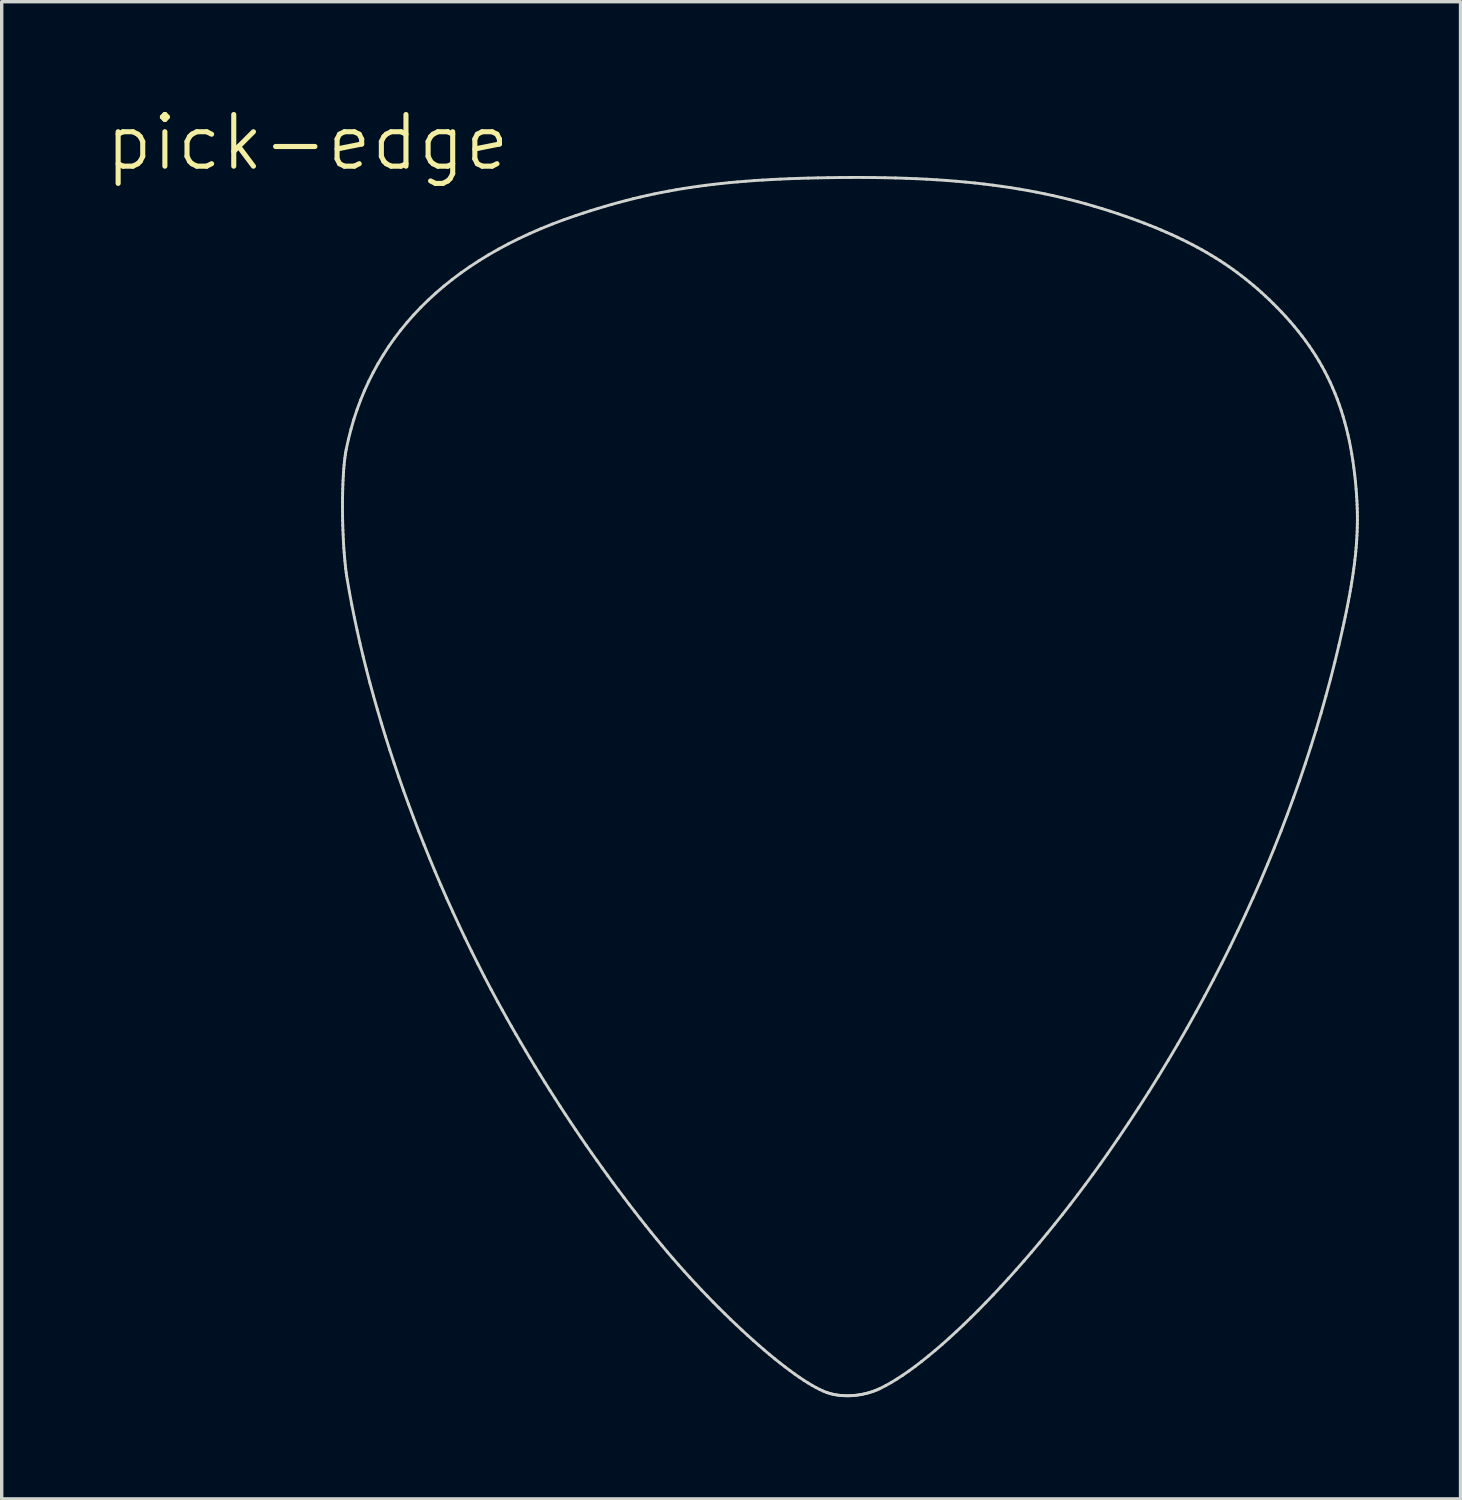
<source format=kicad_pcb>
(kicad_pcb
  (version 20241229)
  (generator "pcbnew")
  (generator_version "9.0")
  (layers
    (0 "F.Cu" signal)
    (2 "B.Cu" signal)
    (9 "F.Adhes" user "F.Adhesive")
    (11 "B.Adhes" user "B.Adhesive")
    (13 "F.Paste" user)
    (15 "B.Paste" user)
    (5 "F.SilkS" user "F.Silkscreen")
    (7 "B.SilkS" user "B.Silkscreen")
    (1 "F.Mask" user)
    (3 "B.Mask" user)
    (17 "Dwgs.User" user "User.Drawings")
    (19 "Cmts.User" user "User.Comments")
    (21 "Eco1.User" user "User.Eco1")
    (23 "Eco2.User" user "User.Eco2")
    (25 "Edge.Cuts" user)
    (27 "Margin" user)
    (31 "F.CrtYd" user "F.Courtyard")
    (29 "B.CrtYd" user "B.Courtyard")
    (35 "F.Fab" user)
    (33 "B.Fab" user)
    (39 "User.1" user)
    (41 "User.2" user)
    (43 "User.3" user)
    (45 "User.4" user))
  (footprint "pick-edge"
    (layer "F.Cu")
    (at 6.023 1.155)
    (property "Reference" "pick-edge" (at 0 0 0) (layer "F.SilkS") (effects (font (size 1.524 1.524) (thickness 0.15))))
    (attr through_hole)
    (fp_line (start 1.031 10.746) (end 1.031 10.611) (stroke (width 0.085) (type solid)) (layer "Edge.Cuts"))
    (fp_line (start 1.031 10.611) (end 1.032 10.477) (stroke (width 0.085) (type solid)) (layer "Edge.Cuts"))
    (fp_line (start 1.031 10.883) (end 1.031 10.746) (stroke (width 0.085) (type solid)) (layer "Edge.Cuts"))
    (fp_line (start 1.032 10.477) (end 1.035 10.345) (stroke (width 0.085) (type solid)) (layer "Edge.Cuts"))
    (fp_line (start 1.033 11.02) (end 1.031 10.883) (stroke (width 0.085) (type solid)) (layer "Edge.Cuts"))
    (fp_line (start 1.035 10.345) (end 1.038 10.216) (stroke (width 0.085) (type solid)) (layer "Edge.Cuts"))
    (fp_line (start 1.035 11.157) (end 1.033 11.02) (stroke (width 0.085) (type solid)) (layer "Edge.Cuts"))
    (fp_line (start 1.038 10.216) (end 1.042 10.089) (stroke (width 0.085) (type solid)) (layer "Edge.Cuts"))
    (fp_line (start 1.039 11.294) (end 1.035 11.157) (stroke (width 0.085) (type solid)) (layer "Edge.Cuts"))
    (fp_line (start 1.042 10.089) (end 1.047 9.965) (stroke (width 0.085) (type solid)) (layer "Edge.Cuts"))
    (fp_line (start 1.043 11.431) (end 1.039 11.294) (stroke (width 0.085) (type solid)) (layer "Edge.Cuts"))
    (fp_line (start 1.047 9.965) (end 1.054 9.845) (stroke (width 0.085) (type solid)) (layer "Edge.Cuts"))
    (fp_line (start 1.049 11.567) (end 1.043 11.431) (stroke (width 0.085) (type solid)) (layer "Edge.Cuts"))
    (fp_line (start 1.054 9.845) (end 1.061 9.729) (stroke (width 0.085) (type solid)) (layer "Edge.Cuts"))
    (fp_line (start 1.055 11.702) (end 1.049 11.567) (stroke (width 0.085) (type solid)) (layer "Edge.Cuts"))
    (fp_line (start 1.061 9.729) (end 1.069 9.617) (stroke (width 0.085) (type solid)) (layer "Edge.Cuts"))
    (fp_line (start 1.062 11.834) (end 1.055 11.702) (stroke (width 0.085) (type solid)) (layer "Edge.Cuts"))
    (fp_line (start 1.069 9.617) (end 1.078 9.51) (stroke (width 0.085) (type solid)) (layer "Edge.Cuts"))
    (fp_line (start 1.07 11.965) (end 1.062 11.834) (stroke (width 0.085) (type solid)) (layer "Edge.Cuts"))
    (fp_line (start 1.078 9.51) (end 1.088 9.408) (stroke (width 0.085) (type solid)) (layer "Edge.Cuts"))
    (fp_line (start 1.08 12.093) (end 1.07 11.965) (stroke (width 0.085) (type solid)) (layer "Edge.Cuts"))
    (fp_line (start 1.088 9.408) (end 1.1 9.312) (stroke (width 0.085) (type solid)) (layer "Edge.Cuts"))
    (fp_line (start 1.09 12.218) (end 1.08 12.093) (stroke (width 0.085) (type solid)) (layer "Edge.Cuts"))
    (fp_line (start 1.1 9.312) (end 1.112 9.221) (stroke (width 0.085) (type solid)) (layer "Edge.Cuts"))
    (fp_line (start 1.101 12.34) (end 1.09 12.218) (stroke (width 0.085) (type solid)) (layer "Edge.Cuts"))
    (fp_line (start 1.112 9.221) (end 1.125 9.137) (stroke (width 0.085) (type solid)) (layer "Edge.Cuts"))
    (fp_line (start 1.113 12.458) (end 1.101 12.34) (stroke (width 0.085) (type solid)) (layer "Edge.Cuts"))
    (fp_line (start 1.125 9.137) (end 1.139 9.06) (stroke (width 0.085) (type solid)) (layer "Edge.Cuts"))
    (fp_line (start 1.125 12.572) (end 1.113 12.458) (stroke (width 0.085) (type solid)) (layer "Edge.Cuts"))
    (fp_line (start 1.139 9.06) (end 1.205 8.756) (stroke (width 0.085) (type solid)) (layer "Edge.Cuts"))
    (fp_line (start 1.139 12.682) (end 1.125 12.572) (stroke (width 0.085) (type solid)) (layer "Edge.Cuts"))
    (fp_line (start 1.154 12.786) (end 1.139 12.682) (stroke (width 0.085) (type solid)) (layer "Edge.Cuts"))
    (fp_line (start 1.17 12.886) (end 1.154 12.786) (stroke (width 0.085) (type solid)) (layer "Edge.Cuts"))
    (fp_line (start 1.205 8.756) (end 1.281 8.457) (stroke (width 0.085) (type solid)) (layer "Edge.Cuts"))
    (fp_line (start 1.234 13.256) (end 1.17 12.886) (stroke (width 0.085) (type solid)) (layer "Edge.Cuts"))
    (fp_line (start 1.281 8.457) (end 1.366 8.164) (stroke (width 0.085) (type solid)) (layer "Edge.Cuts"))
    (fp_line (start 1.304 13.629) (end 1.234 13.256) (stroke (width 0.085) (type solid)) (layer "Edge.Cuts"))
    (fp_line (start 1.366 8.164) (end 1.461 7.876) (stroke (width 0.085) (type solid)) (layer "Edge.Cuts"))
    (fp_line (start 1.38 14.007) (end 1.304 13.629) (stroke (width 0.085) (type solid)) (layer "Edge.Cuts"))
    (fp_line (start 1.461 14.387) (end 1.38 14.007) (stroke (width 0.085) (type solid)) (layer "Edge.Cuts"))
    (fp_line (start 1.461 7.876) (end 1.566 7.594) (stroke (width 0.085) (type solid)) (layer "Edge.Cuts"))
    (fp_line (start 1.547 14.771) (end 1.461 14.387) (stroke (width 0.085) (type solid)) (layer "Edge.Cuts"))
    (fp_line (start 1.566 7.594) (end 1.68 7.317) (stroke (width 0.085) (type solid)) (layer "Edge.Cuts"))
    (fp_line (start 1.639 15.157) (end 1.547 14.771) (stroke (width 0.085) (type solid)) (layer "Edge.Cuts"))
    (fp_line (start 1.68 7.317) (end 1.804 7.046) (stroke (width 0.085) (type solid)) (layer "Edge.Cuts"))
    (fp_line (start 1.736 15.545) (end 1.639 15.157) (stroke (width 0.085) (type solid)) (layer "Edge.Cuts"))
    (fp_line (start 1.804 7.046) (end 1.938 6.78) (stroke (width 0.085) (type solid)) (layer "Edge.Cuts"))
    (fp_line (start 1.838 15.936) (end 1.736 15.545) (stroke (width 0.085) (type solid)) (layer "Edge.Cuts"))
    (fp_line (start 1.938 6.78) (end 2.08 6.52) (stroke (width 0.085) (type solid)) (layer "Edge.Cuts"))
    (fp_line (start 1.946 16.329) (end 1.838 15.936) (stroke (width 0.085) (type solid)) (layer "Edge.Cuts"))
    (fp_line (start 2.058 16.723) (end 1.946 16.329) (stroke (width 0.085) (type solid)) (layer "Edge.Cuts"))
    (fp_line (start 2.08 6.52) (end 2.233 6.266) (stroke (width 0.085) (type solid)) (layer "Edge.Cuts"))
    (fp_line (start 2.175 17.119) (end 2.058 16.723) (stroke (width 0.085) (type solid)) (layer "Edge.Cuts"))
    (fp_line (start 2.233 6.266) (end 2.394 6.017) (stroke (width 0.085) (type solid)) (layer "Edge.Cuts"))
    (fp_line (start 2.297 17.517) (end 2.175 17.119) (stroke (width 0.085) (type solid)) (layer "Edge.Cuts"))
    (fp_line (start 2.394 6.017) (end 2.565 5.774) (stroke (width 0.085) (type solid)) (layer "Edge.Cuts"))
    (fp_line (start 2.424 17.915) (end 2.297 17.517) (stroke (width 0.085) (type solid)) (layer "Edge.Cuts"))
    (fp_line (start 2.555 18.314) (end 2.424 17.915) (stroke (width 0.085) (type solid)) (layer "Edge.Cuts"))
    (fp_line (start 2.565 5.774) (end 2.746 5.536) (stroke (width 0.085) (type solid)) (layer "Edge.Cuts"))
    (fp_line (start 2.691 18.714) (end 2.555 18.314) (stroke (width 0.085) (type solid)) (layer "Edge.Cuts"))
    (fp_line (start 2.746 5.536) (end 2.936 5.305) (stroke (width 0.085) (type solid)) (layer "Edge.Cuts"))
    (fp_line (start 2.831 19.114) (end 2.691 18.714) (stroke (width 0.085) (type solid)) (layer "Edge.Cuts"))
    (fp_line (start 2.936 5.305) (end 3.135 5.079) (stroke (width 0.085) (type solid)) (layer "Edge.Cuts"))
    (fp_line (start 2.976 19.514) (end 2.831 19.114) (stroke (width 0.085) (type solid)) (layer "Edge.Cuts"))
    (fp_line (start 3.125 19.913) (end 2.976 19.514) (stroke (width 0.085) (type solid)) (layer "Edge.Cuts"))
    (fp_line (start 3.135 5.079) (end 3.343 4.859) (stroke (width 0.085) (type solid)) (layer "Edge.Cuts"))
    (fp_line (start 3.278 20.313) (end 3.125 19.913) (stroke (width 0.085) (type solid)) (layer "Edge.Cuts"))
    (fp_line (start 3.343 4.859) (end 3.561 4.645) (stroke (width 0.085) (type solid)) (layer "Edge.Cuts"))
    (fp_line (start 3.436 20.711) (end 3.278 20.313) (stroke (width 0.085) (type solid)) (layer "Edge.Cuts"))
    (fp_line (start 3.561 4.645) (end 3.788 4.436) (stroke (width 0.085) (type solid)) (layer "Edge.Cuts"))
    (fp_line (start 3.597 21.109) (end 3.436 20.711) (stroke (width 0.085) (type solid)) (layer "Edge.Cuts"))
    (fp_line (start 3.762 21.506) (end 3.597 21.109) (stroke (width 0.085) (type solid)) (layer "Edge.Cuts"))
    (fp_line (start 3.788 4.436) (end 4.024 4.234) (stroke (width 0.085) (type solid)) (layer "Edge.Cuts"))
    (fp_line (start 3.931 21.901) (end 3.762 21.506) (stroke (width 0.085) (type solid)) (layer "Edge.Cuts"))
    (fp_line (start 4.024 4.234) (end 4.27 4.037) (stroke (width 0.085) (type solid)) (layer "Edge.Cuts"))
    (fp_line (start 4.104 22.294) (end 3.931 21.901) (stroke (width 0.085) (type solid)) (layer "Edge.Cuts"))
    (fp_line (start 4.27 4.037) (end 4.524 3.847) (stroke (width 0.085) (type solid)) (layer "Edge.Cuts"))
    (fp_line (start 4.281 22.686) (end 4.104 22.294) (stroke (width 0.085) (type solid)) (layer "Edge.Cuts"))
    (fp_line (start 4.461 23.076) (end 4.281 22.686) (stroke (width 0.085) (type solid)) (layer "Edge.Cuts"))
    (fp_line (start 4.524 3.847) (end 4.788 3.662) (stroke (width 0.085) (type solid)) (layer "Edge.Cuts"))
    (fp_line (start 4.645 23.463) (end 4.461 23.076) (stroke (width 0.085) (type solid)) (layer "Edge.Cuts"))
    (fp_line (start 4.788 3.662) (end 5.061 3.484) (stroke (width 0.085) (type solid)) (layer "Edge.Cuts"))
    (fp_line (start 4.832 23.847) (end 4.645 23.463) (stroke (width 0.085) (type solid)) (layer "Edge.Cuts"))
    (fp_line (start 5.023 24.229) (end 4.832 23.847) (stroke (width 0.085) (type solid)) (layer "Edge.Cuts"))
    (fp_line (start 5.061 3.484) (end 5.342 3.311) (stroke (width 0.085) (type solid)) (layer "Edge.Cuts"))
    (fp_line (start 5.216 24.608) (end 5.023 24.229) (stroke (width 0.085) (type solid)) (layer "Edge.Cuts"))
    (fp_line (start 5.342 3.311) (end 5.633 3.145) (stroke (width 0.085) (type solid)) (layer "Edge.Cuts"))
    (fp_line (start 5.413 24.983) (end 5.216 24.608) (stroke (width 0.085) (type solid)) (layer "Edge.Cuts"))
    (fp_line (start 5.613 25.355) (end 5.413 24.983) (stroke (width 0.085) (type solid)) (layer "Edge.Cuts"))
    (fp_line (start 5.633 3.145) (end 5.933 2.984) (stroke (width 0.085) (type solid)) (layer "Edge.Cuts"))
    (fp_line (start 5.744 25.592) (end 5.613 25.355) (stroke (width 0.085) (type solid)) (layer "Edge.Cuts"))
    (fp_line (start 5.876 25.829) (end 5.744 25.592) (stroke (width 0.085) (type solid)) (layer "Edge.Cuts"))
    (fp_line (start 5.933 2.984) (end 6.242 2.83) (stroke (width 0.085) (type solid)) (layer "Edge.Cuts"))
    (fp_line (start 6.01 26.067) (end 5.876 25.829) (stroke (width 0.085) (type solid)) (layer "Edge.Cuts"))
    (fp_line (start 6.147 26.305) (end 6.01 26.067) (stroke (width 0.085) (type solid)) (layer "Edge.Cuts"))
    (fp_line (start 6.242 2.83) (end 6.56 2.682) (stroke (width 0.085) (type solid)) (layer "Edge.Cuts"))
    (fp_line (start 6.285 26.542) (end 6.147 26.305) (stroke (width 0.085) (type solid)) (layer "Edge.Cuts"))
    (fp_line (start 6.425 26.78) (end 6.285 26.542) (stroke (width 0.085) (type solid)) (layer "Edge.Cuts"))
    (fp_line (start 6.56 2.682) (end 6.886 2.54) (stroke (width 0.085) (type solid)) (layer "Edge.Cuts"))
    (fp_line (start 6.567 27.018) (end 6.425 26.78) (stroke (width 0.085) (type solid)) (layer "Edge.Cuts"))
    (fp_line (start 6.71 27.255) (end 6.567 27.018) (stroke (width 0.085) (type solid)) (layer "Edge.Cuts"))
    (fp_line (start 6.856 27.491) (end 6.71 27.255) (stroke (width 0.085) (type solid)) (layer "Edge.Cuts"))
    (fp_line (start 6.886 2.54) (end 7.222 2.404) (stroke (width 0.085) (type solid)) (layer "Edge.Cuts"))
    (fp_line (start 7.002 27.727) (end 6.856 27.491) (stroke (width 0.085) (type solid)) (layer "Edge.Cuts"))
    (fp_line (start 7.15 27.962) (end 7.002 27.727) (stroke (width 0.085) (type solid)) (layer "Edge.Cuts"))
    (fp_line (start 7.222 2.404) (end 7.567 2.275) (stroke (width 0.085) (type solid)) (layer "Edge.Cuts"))
    (fp_line (start 7.3 28.197) (end 7.15 27.962) (stroke (width 0.085) (type solid)) (layer "Edge.Cuts"))
    (fp_line (start 7.45 28.43) (end 7.3 28.197) (stroke (width 0.085) (type solid)) (layer "Edge.Cuts"))
    (fp_line (start 7.567 2.275) (end 7.92 2.152) (stroke (width 0.085) (type solid)) (layer "Edge.Cuts"))
    (fp_line (start 7.602 28.663) (end 7.45 28.43) (stroke (width 0.085) (type solid)) (layer "Edge.Cuts"))
    (fp_line (start 7.755 28.894) (end 7.602 28.663) (stroke (width 0.085) (type solid)) (layer "Edge.Cuts"))
    (fp_line (start 7.909 29.124) (end 7.755 28.894) (stroke (width 0.085) (type solid)) (layer "Edge.Cuts"))
    (fp_line (start 7.92 2.152) (end 8.135 2.081) (stroke (width 0.085) (type solid)) (layer "Edge.Cuts"))
    (fp_line (start 8.064 29.353) (end 7.909 29.124) (stroke (width 0.085) (type solid)) (layer "Edge.Cuts"))
    (fp_line (start 8.135 2.081) (end 8.348 2.012) (stroke (width 0.085) (type solid)) (layer "Edge.Cuts"))
    (fp_line (start 8.22 29.58) (end 8.064 29.353) (stroke (width 0.085) (type solid)) (layer "Edge.Cuts"))
    (fp_line (start 8.348 2.012) (end 8.56 1.947) (stroke (width 0.085) (type solid)) (layer "Edge.Cuts"))
    (fp_line (start 8.377 29.806) (end 8.22 29.58) (stroke (width 0.085) (type solid)) (layer "Edge.Cuts"))
    (fp_line (start 8.535 30.029) (end 8.377 29.806) (stroke (width 0.085) (type solid)) (layer "Edge.Cuts"))
    (fp_line (start 8.56 1.947) (end 8.77 1.884) (stroke (width 0.085) (type solid)) (layer "Edge.Cuts"))
    (fp_line (start 8.693 30.251) (end 8.535 30.029) (stroke (width 0.085) (type solid)) (layer "Edge.Cuts"))
    (fp_line (start 8.77 1.884) (end 8.979 1.823) (stroke (width 0.085) (type solid)) (layer "Edge.Cuts"))
    (fp_line (start 8.852 30.471) (end 8.693 30.251) (stroke (width 0.085) (type solid)) (layer "Edge.Cuts"))
    (fp_line (start 8.979 1.823) (end 9.188 1.766) (stroke (width 0.085) (type solid)) (layer "Edge.Cuts"))
    (fp_line (start 9.011 30.689) (end 8.852 30.471) (stroke (width 0.085) (type solid)) (layer "Edge.Cuts"))
    (fp_line (start 9.171 30.905) (end 9.011 30.689) (stroke (width 0.085) (type solid)) (layer "Edge.Cuts"))
    (fp_line (start 9.188 1.766) (end 9.397 1.711) (stroke (width 0.085) (type solid)) (layer "Edge.Cuts"))
    (fp_line (start 9.331 31.119) (end 9.171 30.905) (stroke (width 0.085) (type solid)) (layer "Edge.Cuts"))
    (fp_line (start 9.397 1.711) (end 9.605 1.658) (stroke (width 0.085) (type solid)) (layer "Edge.Cuts"))
    (fp_line (start 9.491 31.33) (end 9.331 31.119) (stroke (width 0.085) (type solid)) (layer "Edge.Cuts"))
    (fp_line (start 9.605 1.658) (end 9.814 1.608) (stroke (width 0.085) (type solid)) (layer "Edge.Cuts"))
    (fp_line (start 9.652 31.538) (end 9.491 31.33) (stroke (width 0.085) (type solid)) (layer "Edge.Cuts"))
    (fp_line (start 9.812 31.744) (end 9.652 31.538) (stroke (width 0.085) (type solid)) (layer "Edge.Cuts"))
    (fp_line (start 9.814 1.608) (end 10.023 1.56) (stroke (width 0.085) (type solid)) (layer "Edge.Cuts"))
    (fp_line (start 9.973 31.947) (end 9.812 31.744) (stroke (width 0.085) (type solid)) (layer "Edge.Cuts"))
    (fp_line (start 10.023 1.56) (end 10.233 1.515) (stroke (width 0.085) (type solid)) (layer "Edge.Cuts"))
    (fp_line (start 10.134 32.148) (end 9.973 31.947) (stroke (width 0.085) (type solid)) (layer "Edge.Cuts"))
    (fp_line (start 10.233 1.515) (end 10.444 1.472) (stroke (width 0.085) (type solid)) (layer "Edge.Cuts"))
    (fp_line (start 10.295 32.345) (end 10.134 32.148) (stroke (width 0.085) (type solid)) (layer "Edge.Cuts"))
    (fp_line (start 10.444 1.472) (end 10.656 1.432) (stroke (width 0.085) (type solid)) (layer "Edge.Cuts"))
    (fp_line (start 10.455 32.539) (end 10.295 32.345) (stroke (width 0.085) (type solid)) (layer "Edge.Cuts"))
    (fp_line (start 10.616 32.731) (end 10.455 32.539) (stroke (width 0.085) (type solid)) (layer "Edge.Cuts"))
    (fp_line (start 10.656 1.432) (end 10.87 1.393) (stroke (width 0.085) (type solid)) (layer "Edge.Cuts"))
    (fp_line (start 10.78 32.922) (end 10.616 32.731) (stroke (width 0.085) (type solid)) (layer "Edge.Cuts"))
    (fp_line (start 10.87 1.393) (end 11.086 1.357) (stroke (width 0.085) (type solid)) (layer "Edge.Cuts"))
    (fp_line (start 10.946 33.112) (end 10.78 32.922) (stroke (width 0.085) (type solid)) (layer "Edge.Cuts"))
    (fp_line (start 11.086 1.357) (end 11.305 1.323) (stroke (width 0.085) (type solid)) (layer "Edge.Cuts"))
    (fp_line (start 11.113 33.3) (end 10.946 33.112) (stroke (width 0.085) (type solid)) (layer "Edge.Cuts"))
    (fp_line (start 11.282 33.486) (end 11.113 33.3) (stroke (width 0.085) (type solid)) (layer "Edge.Cuts"))
    (fp_line (start 11.305 1.323) (end 11.526 1.291) (stroke (width 0.085) (type solid)) (layer "Edge.Cuts"))
    (fp_line (start 11.452 33.67) (end 11.282 33.486) (stroke (width 0.085) (type solid)) (layer "Edge.Cuts"))
    (fp_line (start 11.526 1.291) (end 11.75 1.261) (stroke (width 0.085) (type solid)) (layer "Edge.Cuts"))
    (fp_line (start 11.623 33.852) (end 11.452 33.67) (stroke (width 0.085) (type solid)) (layer "Edge.Cuts"))
    (fp_line (start 11.75 1.261) (end 11.977 1.233) (stroke (width 0.085) (type solid)) (layer "Edge.Cuts"))
    (fp_line (start 11.794 34.031) (end 11.623 33.852) (stroke (width 0.085) (type solid)) (layer "Edge.Cuts"))
    (fp_line (start 11.965 34.207) (end 11.794 34.031) (stroke (width 0.085) (type solid)) (layer "Edge.Cuts"))
    (fp_line (start 11.977 1.233) (end 12.207 1.208) (stroke (width 0.085) (type solid)) (layer "Edge.Cuts"))
    (fp_line (start 12.137 34.38) (end 11.965 34.207) (stroke (width 0.085) (type solid)) (layer "Edge.Cuts"))
    (fp_line (start 12.207 1.208) (end 12.441 1.184) (stroke (width 0.085) (type solid)) (layer "Edge.Cuts"))
    (fp_line (start 12.308 34.549) (end 12.137 34.38) (stroke (width 0.085) (type solid)) (layer "Edge.Cuts"))
    (fp_line (start 12.441 1.184) (end 12.68 1.162) (stroke (width 0.085) (type solid)) (layer "Edge.Cuts"))
    (fp_line (start 12.478 34.715) (end 12.308 34.549) (stroke (width 0.085) (type solid)) (layer "Edge.Cuts"))
    (fp_line (start 12.648 34.877) (end 12.478 34.715) (stroke (width 0.085) (type solid)) (layer "Edge.Cuts"))
    (fp_line (start 12.68 1.162) (end 12.922 1.142) (stroke (width 0.085) (type solid)) (layer "Edge.Cuts"))
    (fp_line (start 12.816 35.035) (end 12.648 34.877) (stroke (width 0.085) (type solid)) (layer "Edge.Cuts"))
    (fp_line (start 12.922 1.142) (end 13.17 1.123) (stroke (width 0.085) (type solid)) (layer "Edge.Cuts"))
    (fp_line (start 12.983 35.189) (end 12.816 35.035) (stroke (width 0.085) (type solid)) (layer "Edge.Cuts"))
    (fp_line (start 13.148 35.338) (end 12.983 35.189) (stroke (width 0.085) (type solid)) (layer "Edge.Cuts"))
    (fp_line (start 13.17 1.123) (end 13.422 1.107) (stroke (width 0.085) (type solid)) (layer "Edge.Cuts"))
    (fp_line (start 13.311 35.481) (end 13.148 35.338) (stroke (width 0.085) (type solid)) (layer "Edge.Cuts"))
    (fp_line (start 13.422 1.107) (end 13.679 1.092) (stroke (width 0.085) (type solid)) (layer "Edge.Cuts"))
    (fp_line (start 13.471 35.62) (end 13.311 35.481) (stroke (width 0.085) (type solid)) (layer "Edge.Cuts"))
    (fp_line (start 13.629 35.753) (end 13.471 35.62) (stroke (width 0.085) (type solid)) (layer "Edge.Cuts"))
    (fp_line (start 13.679 1.092) (end 13.942 1.079) (stroke (width 0.085) (type solid)) (layer "Edge.Cuts"))
    (fp_line (start 13.784 35.881) (end 13.629 35.753) (stroke (width 0.085) (type solid)) (layer "Edge.Cuts"))
    (fp_line (start 13.936 36.002) (end 13.784 35.881) (stroke (width 0.085) (type solid)) (layer "Edge.Cuts"))
    (fp_line (start 13.942 1.079) (end 14.211 1.067) (stroke (width 0.085) (type solid)) (layer "Edge.Cuts"))
    (fp_line (start 14.084 36.117) (end 13.936 36.002) (stroke (width 0.085) (type solid)) (layer "Edge.Cuts"))
    (fp_line (start 14.211 1.067) (end 14.486 1.057) (stroke (width 0.085) (type solid)) (layer "Edge.Cuts"))
    (fp_line (start 14.229 36.226) (end 14.084 36.117) (stroke (width 0.085) (type solid)) (layer "Edge.Cuts"))
    (fp_line (start 14.369 36.328) (end 14.229 36.226) (stroke (width 0.085) (type solid)) (layer "Edge.Cuts"))
    (fp_line (start 14.486 1.057) (end 14.767 1.049) (stroke (width 0.085) (type solid)) (layer "Edge.Cuts"))
    (fp_line (start 14.505 36.423) (end 14.369 36.328) (stroke (width 0.085) (type solid)) (layer "Edge.Cuts"))
    (fp_line (start 14.636 36.511) (end 14.505 36.423) (stroke (width 0.085) (type solid)) (layer "Edge.Cuts"))
    (fp_line (start 14.763 36.591) (end 14.636 36.511) (stroke (width 0.085) (type solid)) (layer "Edge.Cuts"))
    (fp_line (start 14.767 1.049) (end 15.055 1.042) (stroke (width 0.085) (type solid)) (layer "Edge.Cuts"))
    (fp_line (start 14.884 36.663) (end 14.763 36.591) (stroke (width 0.085) (type solid)) (layer "Edge.Cuts"))
    (fp_line (start 15 36.728) (end 14.884 36.663) (stroke (width 0.085) (type solid)) (layer "Edge.Cuts"))
    (fp_line (start 15.055 1.042) (end 15.35 1.037) (stroke (width 0.085) (type solid)) (layer "Edge.Cuts"))
    (fp_line (start 15.109 36.784) (end 15 36.728) (stroke (width 0.085) (type solid)) (layer "Edge.Cuts"))
    (fp_line (start 15.213 36.832) (end 15.109 36.784) (stroke (width 0.085) (type solid)) (layer "Edge.Cuts"))
    (fp_line (start 15.31 36.87) (end 15.31 36.87) (stroke (width 0.085) (type solid)) (layer "Edge.Cuts"))
    (fp_line (start 15.31 36.87) (end 15.213 36.832) (stroke (width 0.085) (type solid)) (layer "Edge.Cuts"))
    (fp_line (start 15.35 1.037) (end 15.701 1.032) (stroke (width 0.085) (type solid)) (layer "Edge.Cuts"))
    (fp_line (start 15.354 36.885) (end 15.31 36.87) (stroke (width 0.085) (type solid)) (layer "Edge.Cuts"))
    (fp_line (start 15.398 36.899) (end 15.354 36.885) (stroke (width 0.085) (type solid)) (layer "Edge.Cuts"))
    (fp_line (start 15.443 36.912) (end 15.398 36.899) (stroke (width 0.085) (type solid)) (layer "Edge.Cuts"))
    (fp_line (start 15.489 36.923) (end 15.443 36.912) (stroke (width 0.085) (type solid)) (layer "Edge.Cuts"))
    (fp_line (start 15.536 36.933) (end 15.489 36.923) (stroke (width 0.085) (type solid)) (layer "Edge.Cuts"))
    (fp_line (start 15.583 36.942) (end 15.536 36.933) (stroke (width 0.085) (type solid)) (layer "Edge.Cuts"))
    (fp_line (start 15.632 36.949) (end 15.583 36.942) (stroke (width 0.085) (type solid)) (layer "Edge.Cuts"))
    (fp_line (start 15.681 36.956) (end 15.632 36.949) (stroke (width 0.085) (type solid)) (layer "Edge.Cuts"))
    (fp_line (start 15.701 1.032) (end 16.044 1.03) (stroke (width 0.085) (type solid)) (layer "Edge.Cuts"))
    (fp_line (start 15.73 36.961) (end 15.681 36.956) (stroke (width 0.085) (type solid)) (layer "Edge.Cuts"))
    (fp_line (start 15.78 36.965) (end 15.73 36.961) (stroke (width 0.085) (type solid)) (layer "Edge.Cuts"))
    (fp_line (start 15.831 36.968) (end 15.78 36.965) (stroke (width 0.085) (type solid)) (layer "Edge.Cuts"))
    (fp_line (start 15.881 36.969) (end 15.831 36.968) (stroke (width 0.085) (type solid)) (layer "Edge.Cuts"))
    (fp_line (start 15.933 36.97) (end 15.881 36.969) (stroke (width 0.085) (type solid)) (layer "Edge.Cuts"))
    (fp_line (start 15.984 36.969) (end 15.933 36.97) (stroke (width 0.085) (type solid)) (layer "Edge.Cuts"))
    (fp_line (start 16.036 36.967) (end 15.984 36.969) (stroke (width 0.085) (type solid)) (layer "Edge.Cuts"))
    (fp_line (start 16.044 1.03) (end 16.381 1.03) (stroke (width 0.085) (type solid)) (layer "Edge.Cuts"))
    (fp_line (start 16.087 36.964) (end 16.036 36.967) (stroke (width 0.085) (type solid)) (layer "Edge.Cuts"))
    (fp_line (start 16.139 36.959) (end 16.087 36.964) (stroke (width 0.085) (type solid)) (layer "Edge.Cuts"))
    (fp_line (start 16.191 36.954) (end 16.139 36.959) (stroke (width 0.085) (type solid)) (layer "Edge.Cuts"))
    (fp_line (start 16.243 36.947) (end 16.191 36.954) (stroke (width 0.085) (type solid)) (layer "Edge.Cuts"))
    (fp_line (start 16.295 36.939) (end 16.243 36.947) (stroke (width 0.085) (type solid)) (layer "Edge.Cuts"))
    (fp_line (start 16.347 36.93) (end 16.295 36.939) (stroke (width 0.085) (type solid)) (layer "Edge.Cuts"))
    (fp_line (start 16.381 1.03) (end 16.711 1.033) (stroke (width 0.085) (type solid)) (layer "Edge.Cuts"))
    (fp_line (start 16.398 36.92) (end 16.347 36.93) (stroke (width 0.085) (type solid)) (layer "Edge.Cuts"))
    (fp_line (start 16.45 36.908) (end 16.398 36.92) (stroke (width 0.085) (type solid)) (layer "Edge.Cuts"))
    (fp_line (start 16.501 36.896) (end 16.45 36.908) (stroke (width 0.085) (type solid)) (layer "Edge.Cuts"))
    (fp_line (start 16.551 36.882) (end 16.501 36.896) (stroke (width 0.085) (type solid)) (layer "Edge.Cuts"))
    (fp_line (start 16.601 36.867) (end 16.551 36.882) (stroke (width 0.085) (type solid)) (layer "Edge.Cuts"))
    (fp_line (start 16.651 36.851) (end 16.601 36.867) (stroke (width 0.085) (type solid)) (layer "Edge.Cuts"))
    (fp_line (start 16.7 36.834) (end 16.651 36.851) (stroke (width 0.085) (type solid)) (layer "Edge.Cuts"))
    (fp_line (start 16.711 1.033) (end 17.034 1.038) (stroke (width 0.085) (type solid)) (layer "Edge.Cuts"))
    (fp_line (start 16.749 36.816) (end 16.7 36.834) (stroke (width 0.085) (type solid)) (layer "Edge.Cuts"))
    (fp_line (start 16.797 36.797) (end 16.749 36.816) (stroke (width 0.085) (type solid)) (layer "Edge.Cuts"))
    (fp_line (start 16.844 36.776) (end 16.797 36.797) (stroke (width 0.085) (type solid)) (layer "Edge.Cuts"))
    (fp_line (start 16.89 36.755) (end 16.844 36.776) (stroke (width 0.085) (type solid)) (layer "Edge.Cuts"))
    (fp_line (start 17.034 1.038) (end 17.35 1.045) (stroke (width 0.085) (type solid)) (layer "Edge.Cuts"))
    (fp_line (start 17.049 36.674) (end 16.89 36.755) (stroke (width 0.085) (type solid)) (layer "Edge.Cuts"))
    (fp_line (start 17.213 36.582) (end 17.049 36.674) (stroke (width 0.085) (type solid)) (layer "Edge.Cuts"))
    (fp_line (start 17.35 1.045) (end 17.661 1.055) (stroke (width 0.085) (type solid)) (layer "Edge.Cuts"))
    (fp_line (start 17.383 36.478) (end 17.213 36.582) (stroke (width 0.085) (type solid)) (layer "Edge.Cuts"))
    (fp_line (start 17.559 36.364) (end 17.383 36.478) (stroke (width 0.085) (type solid)) (layer "Edge.Cuts"))
    (fp_line (start 17.661 1.055) (end 17.966 1.067) (stroke (width 0.085) (type solid)) (layer "Edge.Cuts"))
    (fp_line (start 17.741 36.238) (end 17.559 36.364) (stroke (width 0.085) (type solid)) (layer "Edge.Cuts"))
    (fp_line (start 17.927 36.102) (end 17.741 36.238) (stroke (width 0.085) (type solid)) (layer "Edge.Cuts"))
    (fp_line (start 17.966 1.067) (end 18.265 1.081) (stroke (width 0.085) (type solid)) (layer "Edge.Cuts"))
    (fp_line (start 18.118 35.955) (end 17.927 36.102) (stroke (width 0.085) (type solid)) (layer "Edge.Cuts"))
    (fp_line (start 18.265 1.081) (end 18.558 1.099) (stroke (width 0.085) (type solid)) (layer "Edge.Cuts"))
    (fp_line (start 18.313 35.799) (end 18.118 35.955) (stroke (width 0.085) (type solid)) (layer "Edge.Cuts"))
    (fp_line (start 18.513 35.633) (end 18.313 35.799) (stroke (width 0.085) (type solid)) (layer "Edge.Cuts"))
    (fp_line (start 18.558 1.099) (end 18.847 1.118) (stroke (width 0.085) (type solid)) (layer "Edge.Cuts"))
    (fp_line (start 18.717 35.458) (end 18.513 35.633) (stroke (width 0.085) (type solid)) (layer "Edge.Cuts"))
    (fp_line (start 18.847 1.118) (end 19.131 1.141) (stroke (width 0.085) (type solid)) (layer "Edge.Cuts"))
    (fp_line (start 18.924 35.273) (end 18.717 35.458) (stroke (width 0.085) (type solid)) (layer "Edge.Cuts"))
    (fp_line (start 19.131 1.141) (end 19.409 1.166) (stroke (width 0.085) (type solid)) (layer "Edge.Cuts"))
    (fp_line (start 19.134 35.08) (end 18.924 35.273) (stroke (width 0.085) (type solid)) (layer "Edge.Cuts"))
    (fp_line (start 19.348 34.879) (end 19.134 35.08) (stroke (width 0.085) (type solid)) (layer "Edge.Cuts"))
    (fp_line (start 19.409 1.166) (end 19.684 1.193) (stroke (width 0.085) (type solid)) (layer "Edge.Cuts"))
    (fp_line (start 19.564 34.669) (end 19.348 34.879) (stroke (width 0.085) (type solid)) (layer "Edge.Cuts"))
    (fp_line (start 19.684 1.193) (end 19.954 1.224) (stroke (width 0.085) (type solid)) (layer "Edge.Cuts"))
    (fp_line (start 19.783 34.451) (end 19.564 34.669) (stroke (width 0.085) (type solid)) (layer "Edge.Cuts"))
    (fp_line (start 19.954 1.224) (end 20.221 1.257) (stroke (width 0.085) (type solid)) (layer "Edge.Cuts"))
    (fp_line (start 20.003 34.226) (end 19.783 34.451) (stroke (width 0.085) (type solid)) (layer "Edge.Cuts"))
    (fp_line (start 20.221 1.257) (end 20.483 1.293) (stroke (width 0.085) (type solid)) (layer "Edge.Cuts"))
    (fp_line (start 20.226 33.994) (end 20.003 34.226) (stroke (width 0.085) (type solid)) (layer "Edge.Cuts"))
    (fp_line (start 20.451 33.754) (end 20.226 33.994) (stroke (width 0.085) (type solid)) (layer "Edge.Cuts"))
    (fp_line (start 20.483 1.293) (end 20.743 1.331) (stroke (width 0.085) (type solid)) (layer "Edge.Cuts"))
    (fp_line (start 20.676 33.508) (end 20.451 33.754) (stroke (width 0.085) (type solid)) (layer "Edge.Cuts"))
    (fp_line (start 20.743 1.331) (end 20.999 1.373) (stroke (width 0.085) (type solid)) (layer "Edge.Cuts"))
    (fp_line (start 20.903 33.255) (end 20.676 33.508) (stroke (width 0.085) (type solid)) (layer "Edge.Cuts"))
    (fp_line (start 20.999 1.373) (end 21.252 1.417) (stroke (width 0.085) (type solid)) (layer "Edge.Cuts"))
    (fp_line (start 21.13 32.997) (end 20.903 33.255) (stroke (width 0.085) (type solid)) (layer "Edge.Cuts"))
    (fp_line (start 21.252 1.417) (end 21.502 1.464) (stroke (width 0.085) (type solid)) (layer "Edge.Cuts"))
    (fp_line (start 21.358 32.732) (end 21.13 32.997) (stroke (width 0.085) (type solid)) (layer "Edge.Cuts"))
    (fp_line (start 21.502 1.464) (end 21.75 1.514) (stroke (width 0.085) (type solid)) (layer "Edge.Cuts"))
    (fp_line (start 21.586 32.462) (end 21.358 32.732) (stroke (width 0.085) (type solid)) (layer "Edge.Cuts"))
    (fp_line (start 21.75 1.514) (end 21.996 1.567) (stroke (width 0.085) (type solid)) (layer "Edge.Cuts"))
    (fp_line (start 21.814 32.187) (end 21.586 32.462) (stroke (width 0.085) (type solid)) (layer "Edge.Cuts"))
    (fp_line (start 21.996 1.567) (end 22.239 1.623) (stroke (width 0.085) (type solid)) (layer "Edge.Cuts"))
    (fp_line (start 22.041 31.907) (end 21.814 32.187) (stroke (width 0.085) (type solid)) (layer "Edge.Cuts"))
    (fp_line (start 22.239 1.623) (end 22.481 1.682) (stroke (width 0.085) (type solid)) (layer "Edge.Cuts"))
    (fp_line (start 22.268 31.623) (end 22.041 31.907) (stroke (width 0.085) (type solid)) (layer "Edge.Cuts"))
    (fp_line (start 22.481 1.682) (end 22.721 1.744) (stroke (width 0.085) (type solid)) (layer "Edge.Cuts"))
    (fp_line (start 22.494 31.334) (end 22.268 31.623) (stroke (width 0.085) (type solid)) (layer "Edge.Cuts"))
    (fp_line (start 22.718 31.041) (end 22.494 31.334) (stroke (width 0.085) (type solid)) (layer "Edge.Cuts"))
    (fp_line (start 22.721 1.744) (end 22.96 1.809) (stroke (width 0.085) (type solid)) (layer "Edge.Cuts"))
    (fp_line (start 22.941 30.744) (end 22.718 31.041) (stroke (width 0.085) (type solid)) (layer "Edge.Cuts"))
    (fp_line (start 22.96 1.809) (end 23.198 1.878) (stroke (width 0.085) (type solid)) (layer "Edge.Cuts"))
    (fp_line (start 23.162 30.444) (end 22.941 30.744) (stroke (width 0.085) (type solid)) (layer "Edge.Cuts"))
    (fp_line (start 23.198 1.878) (end 23.436 1.949) (stroke (width 0.085) (type solid)) (layer "Edge.Cuts"))
    (fp_line (start 23.381 30.14) (end 23.162 30.444) (stroke (width 0.085) (type solid)) (layer "Edge.Cuts"))
    (fp_line (start 23.436 1.949) (end 23.672 2.023) (stroke (width 0.085) (type solid)) (layer "Edge.Cuts"))
    (fp_line (start 23.598 29.834) (end 23.381 30.14) (stroke (width 0.085) (type solid)) (layer "Edge.Cuts"))
    (fp_line (start 23.672 2.023) (end 23.909 2.101) (stroke (width 0.085) (type solid)) (layer "Edge.Cuts"))
    (fp_line (start 23.909 2.101) (end 24.145 2.182) (stroke (width 0.085) (type solid)) (layer "Edge.Cuts"))
    (fp_line (start 23.911 29.38) (end 23.598 29.834) (stroke (width 0.085) (type solid)) (layer "Edge.Cuts"))
    (fp_line (start 24.145 2.182) (end 24.326 2.247) (stroke (width 0.085) (type solid)) (layer "Edge.Cuts"))
    (fp_line (start 24.219 28.923) (end 23.911 29.38) (stroke (width 0.085) (type solid)) (layer "Edge.Cuts"))
    (fp_line (start 24.326 2.247) (end 24.504 2.312) (stroke (width 0.085) (type solid)) (layer "Edge.Cuts"))
    (fp_line (start 24.504 2.312) (end 24.678 2.377) (stroke (width 0.085) (type solid)) (layer "Edge.Cuts"))
    (fp_line (start 24.521 28.464) (end 24.219 28.923) (stroke (width 0.085) (type solid)) (layer "Edge.Cuts"))
    (fp_line (start 24.678 2.377) (end 24.849 2.444) (stroke (width 0.085) (type solid)) (layer "Edge.Cuts"))
    (fp_line (start 24.818 28.002) (end 24.521 28.464) (stroke (width 0.085) (type solid)) (layer "Edge.Cuts"))
    (fp_line (start 24.849 2.444) (end 25.017 2.511) (stroke (width 0.085) (type solid)) (layer "Edge.Cuts"))
    (fp_line (start 25.017 2.511) (end 25.181 2.58) (stroke (width 0.085) (type solid)) (layer "Edge.Cuts"))
    (fp_line (start 25.108 27.537) (end 24.818 28.002) (stroke (width 0.085) (type solid)) (layer "Edge.Cuts"))
    (fp_line (start 25.181 2.58) (end 25.341 2.649) (stroke (width 0.085) (type solid)) (layer "Edge.Cuts"))
    (fp_line (start 25.341 2.649) (end 25.499 2.719) (stroke (width 0.085) (type solid)) (layer "Edge.Cuts"))
    (fp_line (start 25.392 27.069) (end 25.108 27.537) (stroke (width 0.085) (type solid)) (layer "Edge.Cuts"))
    (fp_line (start 25.499 2.719) (end 25.654 2.791) (stroke (width 0.085) (type solid)) (layer "Edge.Cuts"))
    (fp_line (start 25.654 2.791) (end 25.805 2.863) (stroke (width 0.085) (type solid)) (layer "Edge.Cuts"))
    (fp_line (start 25.67 26.6) (end 25.392 27.069) (stroke (width 0.085) (type solid)) (layer "Edge.Cuts"))
    (fp_line (start 25.805 2.863) (end 25.954 2.937) (stroke (width 0.085) (type solid)) (layer "Edge.Cuts"))
    (fp_line (start 25.942 26.128) (end 25.67 26.6) (stroke (width 0.085) (type solid)) (layer "Edge.Cuts"))
    (fp_line (start 25.954 2.937) (end 26.1 3.012) (stroke (width 0.085) (type solid)) (layer "Edge.Cuts"))
    (fp_line (start 26.1 3.012) (end 26.244 3.088) (stroke (width 0.085) (type solid)) (layer "Edge.Cuts"))
    (fp_line (start 26.208 25.653) (end 25.942 26.128) (stroke (width 0.085) (type solid)) (layer "Edge.Cuts"))
    (fp_line (start 26.244 3.088) (end 26.385 3.165) (stroke (width 0.085) (type solid)) (layer "Edge.Cuts"))
    (fp_line (start 26.385 3.165) (end 26.523 3.244) (stroke (width 0.085) (type solid)) (layer "Edge.Cuts"))
    (fp_line (start 26.467 25.177) (end 26.208 25.653) (stroke (width 0.085) (type solid)) (layer "Edge.Cuts"))
    (fp_line (start 26.523 3.244) (end 26.659 3.325) (stroke (width 0.085) (type solid)) (layer "Edge.Cuts"))
    (fp_line (start 26.659 3.325) (end 26.793 3.407) (stroke (width 0.085) (type solid)) (layer "Edge.Cuts"))
    (fp_line (start 26.721 24.698) (end 26.467 25.177) (stroke (width 0.085) (type solid)) (layer "Edge.Cuts"))
    (fp_line (start 26.793 3.407) (end 26.925 3.49) (stroke (width 0.085) (type solid)) (layer "Edge.Cuts"))
    (fp_line (start 26.925 3.49) (end 27.055 3.575) (stroke (width 0.085) (type solid)) (layer "Edge.Cuts"))
    (fp_line (start 26.968 24.218) (end 26.721 24.698) (stroke (width 0.085) (type solid)) (layer "Edge.Cuts"))
    (fp_line (start 27.055 3.575) (end 27.182 3.662) (stroke (width 0.085) (type solid)) (layer "Edge.Cuts"))
    (fp_line (start 27.182 3.662) (end 27.308 3.751) (stroke (width 0.085) (type solid)) (layer "Edge.Cuts"))
    (fp_line (start 27.209 23.736) (end 26.968 24.218) (stroke (width 0.085) (type solid)) (layer "Edge.Cuts"))
    (fp_line (start 27.308 3.751) (end 27.432 3.842) (stroke (width 0.085) (type solid)) (layer "Edge.Cuts"))
    (fp_line (start 27.432 3.842) (end 27.554 3.934) (stroke (width 0.085) (type solid)) (layer "Edge.Cuts"))
    (fp_line (start 27.443 23.251) (end 27.209 23.736) (stroke (width 0.085) (type solid)) (layer "Edge.Cuts"))
    (fp_line (start 27.554 3.934) (end 27.675 4.028) (stroke (width 0.085) (type solid)) (layer "Edge.Cuts"))
    (fp_line (start 27.671 22.765) (end 27.443 23.251) (stroke (width 0.085) (type solid)) (layer "Edge.Cuts"))
    (fp_line (start 27.675 4.028) (end 27.794 4.125) (stroke (width 0.085) (type solid)) (layer "Edge.Cuts"))
    (fp_line (start 27.794 4.125) (end 27.912 4.223) (stroke (width 0.085) (type solid)) (layer "Edge.Cuts"))
    (fp_line (start 27.893 22.278) (end 27.671 22.765) (stroke (width 0.085) (type solid)) (layer "Edge.Cuts"))
    (fp_line (start 27.912 4.223) (end 28.029 4.323) (stroke (width 0.085) (type solid)) (layer "Edge.Cuts"))
    (fp_line (start 28.029 4.323) (end 28.144 4.426) (stroke (width 0.085) (type solid)) (layer "Edge.Cuts"))
    (fp_line (start 28.109 21.789) (end 27.893 22.278) (stroke (width 0.085) (type solid)) (layer "Edge.Cuts"))
    (fp_line (start 28.144 4.426) (end 28.258 4.531) (stroke (width 0.085) (type solid)) (layer "Edge.Cuts"))
    (fp_line (start 28.258 4.531) (end 28.372 4.638) (stroke (width 0.085) (type solid)) (layer "Edge.Cuts"))
    (fp_line (start 28.317 21.298) (end 28.109 21.789) (stroke (width 0.085) (type solid)) (layer "Edge.Cuts"))
    (fp_line (start 28.372 4.638) (end 28.484 4.748) (stroke (width 0.085) (type solid)) (layer "Edge.Cuts"))
    (fp_line (start 28.484 4.748) (end 28.595 4.859) (stroke (width 0.085) (type solid)) (layer "Edge.Cuts"))
    (fp_line (start 28.52 20.806) (end 28.317 21.298) (stroke (width 0.085) (type solid)) (layer "Edge.Cuts"))
    (fp_line (start 28.595 4.859) (end 28.73 4.999) (stroke (width 0.085) (type solid)) (layer "Edge.Cuts"))
    (fp_line (start 28.716 20.313) (end 28.52 20.806) (stroke (width 0.085) (type solid)) (layer "Edge.Cuts"))
    (fp_line (start 28.73 4.999) (end 28.86 5.139) (stroke (width 0.085) (type solid)) (layer "Edge.Cuts"))
    (fp_line (start 28.86 5.139) (end 28.986 5.28) (stroke (width 0.085) (type solid)) (layer "Edge.Cuts"))
    (fp_line (start 28.905 19.818) (end 28.716 20.313) (stroke (width 0.085) (type solid)) (layer "Edge.Cuts"))
    (fp_line (start 28.986 5.28) (end 29.107 5.422) (stroke (width 0.085) (type solid)) (layer "Edge.Cuts"))
    (fp_line (start 29.087 19.322) (end 28.905 19.818) (stroke (width 0.085) (type solid)) (layer "Edge.Cuts"))
    (fp_line (start 29.107 5.422) (end 29.224 5.565) (stroke (width 0.085) (type solid)) (layer "Edge.Cuts"))
    (fp_line (start 29.224 5.565) (end 29.337 5.709) (stroke (width 0.085) (type solid)) (layer "Edge.Cuts"))
    (fp_line (start 29.263 18.826) (end 29.087 19.322) (stroke (width 0.085) (type solid)) (layer "Edge.Cuts"))
    (fp_line (start 29.337 5.709) (end 29.445 5.854) (stroke (width 0.085) (type solid)) (layer "Edge.Cuts"))
    (fp_line (start 29.432 18.328) (end 29.263 18.826) (stroke (width 0.085) (type solid)) (layer "Edge.Cuts"))
    (fp_line (start 29.445 5.854) (end 29.549 6) (stroke (width 0.085) (type solid)) (layer "Edge.Cuts"))
    (fp_line (start 29.549 6) (end 29.649 6.148) (stroke (width 0.085) (type solid)) (layer "Edge.Cuts"))
    (fp_line (start 29.595 17.829) (end 29.432 18.328) (stroke (width 0.085) (type solid)) (layer "Edge.Cuts"))
    (fp_line (start 29.649 6.148) (end 29.746 6.297) (stroke (width 0.085) (type solid)) (layer "Edge.Cuts"))
    (fp_line (start 29.746 6.297) (end 29.838 6.449) (stroke (width 0.085) (type solid)) (layer "Edge.Cuts"))
    (fp_line (start 29.751 17.33) (end 29.595 17.829) (stroke (width 0.085) (type solid)) (layer "Edge.Cuts"))
    (fp_line (start 29.838 6.449) (end 29.926 6.602) (stroke (width 0.085) (type solid)) (layer "Edge.Cuts"))
    (fp_line (start 29.899 16.83) (end 29.751 17.33) (stroke (width 0.085) (type solid)) (layer "Edge.Cuts"))
    (fp_line (start 29.926 6.602) (end 30.01 6.756) (stroke (width 0.085) (type solid)) (layer "Edge.Cuts"))
    (fp_line (start 30.01 6.756) (end 30.09 6.913) (stroke (width 0.085) (type solid)) (layer "Edge.Cuts"))
    (fp_line (start 30.041 16.329) (end 29.899 16.83) (stroke (width 0.085) (type solid)) (layer "Edge.Cuts"))
    (fp_line (start 30.09 6.913) (end 30.167 7.072) (stroke (width 0.085) (type solid)) (layer "Edge.Cuts"))
    (fp_line (start 30.167 7.072) (end 30.239 7.234) (stroke (width 0.085) (type solid)) (layer "Edge.Cuts"))
    (fp_line (start 30.177 15.828) (end 30.041 16.329) (stroke (width 0.085) (type solid)) (layer "Edge.Cuts"))
    (fp_line (start 30.239 7.234) (end 30.308 7.397) (stroke (width 0.085) (type solid)) (layer "Edge.Cuts"))
    (fp_line (start 30.305 15.326) (end 30.177 15.828) (stroke (width 0.085) (type solid)) (layer "Edge.Cuts"))
    (fp_line (start 30.308 7.397) (end 30.374 7.564) (stroke (width 0.085) (type solid)) (layer "Edge.Cuts"))
    (fp_line (start 30.374 7.564) (end 30.435 7.733) (stroke (width 0.085) (type solid)) (layer "Edge.Cuts"))
    (fp_line (start 30.426 14.824) (end 30.305 15.326) (stroke (width 0.085) (type solid)) (layer "Edge.Cuts"))
    (fp_line (start 30.435 7.733) (end 30.493 7.904) (stroke (width 0.085) (type solid)) (layer "Edge.Cuts"))
    (fp_line (start 30.493 7.904) (end 30.548 8.079) (stroke (width 0.085) (type solid)) (layer "Edge.Cuts"))
    (fp_line (start 30.54 14.322) (end 30.426 14.824) (stroke (width 0.085) (type solid)) (layer "Edge.Cuts"))
    (fp_line (start 30.548 8.079) (end 30.599 8.256) (stroke (width 0.085) (type solid)) (layer "Edge.Cuts"))
    (fp_line (start 30.576 14.156) (end 30.54 14.322) (stroke (width 0.085) (type solid)) (layer "Edge.Cuts"))
    (fp_line (start 30.599 8.256) (end 30.647 8.437) (stroke (width 0.085) (type solid)) (layer "Edge.Cuts"))
    (fp_line (start 30.61 13.995) (end 30.576 14.156) (stroke (width 0.085) (type solid)) (layer "Edge.Cuts"))
    (fp_line (start 30.643 13.838) (end 30.61 13.995) (stroke (width 0.085) (type solid)) (layer "Edge.Cuts"))
    (fp_line (start 30.647 8.437) (end 30.692 8.621) (stroke (width 0.085) (type solid)) (layer "Edge.Cuts"))
    (fp_line (start 30.674 13.684) (end 30.643 13.838) (stroke (width 0.085) (type solid)) (layer "Edge.Cuts"))
    (fp_line (start 30.692 8.621) (end 30.733 8.808) (stroke (width 0.085) (type solid)) (layer "Edge.Cuts"))
    (fp_line (start 30.703 13.534) (end 30.674 13.684) (stroke (width 0.085) (type solid)) (layer "Edge.Cuts"))
    (fp_line (start 30.731 13.387) (end 30.703 13.534) (stroke (width 0.085) (type solid)) (layer "Edge.Cuts"))
    (fp_line (start 30.733 8.808) (end 30.771 8.998) (stroke (width 0.085) (type solid)) (layer "Edge.Cuts"))
    (fp_line (start 30.757 13.243) (end 30.731 13.387) (stroke (width 0.085) (type solid)) (layer "Edge.Cuts"))
    (fp_line (start 30.771 8.998) (end 30.805 9.192) (stroke (width 0.085) (type solid)) (layer "Edge.Cuts"))
    (fp_line (start 30.782 13.102) (end 30.757 13.243) (stroke (width 0.085) (type solid)) (layer "Edge.Cuts"))
    (fp_line (start 30.805 12.965) (end 30.782 13.102) (stroke (width 0.085) (type solid)) (layer "Edge.Cuts"))
    (fp_line (start 30.805 9.192) (end 30.837 9.39) (stroke (width 0.085) (type solid)) (layer "Edge.Cuts"))
    (fp_line (start 30.826 12.83) (end 30.805 12.965) (stroke (width 0.085) (type solid)) (layer "Edge.Cuts"))
    (fp_line (start 30.837 9.39) (end 30.865 9.592) (stroke (width 0.085) (type solid)) (layer "Edge.Cuts"))
    (fp_line (start 30.846 12.697) (end 30.826 12.83) (stroke (width 0.085) (type solid)) (layer "Edge.Cuts"))
    (fp_line (start 30.864 12.567) (end 30.846 12.697) (stroke (width 0.085) (type solid)) (layer "Edge.Cuts"))
    (fp_line (start 30.865 9.592) (end 30.891 9.797) (stroke (width 0.085) (type solid)) (layer "Edge.Cuts"))
    (fp_line (start 30.881 12.439) (end 30.864 12.567) (stroke (width 0.085) (type solid)) (layer "Edge.Cuts"))
    (fp_line (start 30.891 9.797) (end 30.913 10.007) (stroke (width 0.085) (type solid)) (layer "Edge.Cuts"))
    (fp_line (start 30.896 12.314) (end 30.881 12.439) (stroke (width 0.085) (type solid)) (layer "Edge.Cuts"))
    (fp_line (start 30.91 12.19) (end 30.896 12.314) (stroke (width 0.085) (type solid)) (layer "Edge.Cuts"))
    (fp_line (start 30.913 10.007) (end 30.932 10.221) (stroke (width 0.085) (type solid)) (layer "Edge.Cuts"))
    (fp_line (start 30.923 12.068) (end 30.91 12.19) (stroke (width 0.085) (type solid)) (layer "Edge.Cuts"))
    (fp_line (start 30.932 10.221) (end 30.941 10.337) (stroke (width 0.085) (type solid)) (layer "Edge.Cuts"))
    (fp_line (start 30.933 11.947) (end 30.923 12.068) (stroke (width 0.085) (type solid)) (layer "Edge.Cuts"))
    (fp_line (start 30.941 10.337) (end 30.949 10.452) (stroke (width 0.085) (type solid)) (layer "Edge.Cuts"))
    (fp_line (start 30.943 11.828) (end 30.933 11.947) (stroke (width 0.085) (type solid)) (layer "Edge.Cuts"))
    (fp_line (start 30.949 10.452) (end 30.956 10.567) (stroke (width 0.085) (type solid)) (layer "Edge.Cuts"))
    (fp_line (start 30.951 11.711) (end 30.943 11.828) (stroke (width 0.085) (type solid)) (layer "Edge.Cuts"))
    (fp_line (start 30.956 10.567) (end 30.961 10.681) (stroke (width 0.085) (type solid)) (layer "Edge.Cuts"))
    (fp_line (start 30.957 11.594) (end 30.951 11.711) (stroke (width 0.085) (type solid)) (layer "Edge.Cuts"))
    (fp_line (start 30.961 10.681) (end 30.965 10.794) (stroke (width 0.085) (type solid)) (layer "Edge.Cuts"))
    (fp_line (start 30.963 11.478) (end 30.957 11.594) (stroke (width 0.085) (type solid)) (layer "Edge.Cuts"))
    (fp_line (start 30.965 10.794) (end 30.968 10.908) (stroke (width 0.085) (type solid)) (layer "Edge.Cuts"))
    (fp_line (start 30.966 11.363) (end 30.963 11.478) (stroke (width 0.085) (type solid)) (layer "Edge.Cuts"))
    (fp_line (start 30.968 10.908) (end 30.97 11.021) (stroke (width 0.085) (type solid)) (layer "Edge.Cuts"))
    (fp_line (start 30.969 11.249) (end 30.966 11.363) (stroke (width 0.085) (type solid)) (layer "Edge.Cuts"))
    (fp_line (start 30.97 11.021) (end 30.97 11.135) (stroke (width 0.085) (type solid)) (layer "Edge.Cuts"))
    (fp_line (start 30.97 11.135) (end 30.969 11.249) (stroke (width 0.085) (type solid)) (layer "Edge.Cuts")))
  (gr_rect
    (start -3 -3)
    (end 40.036 41.167)
    (stroke (width 0.1) (type default))
    (fill no)
    (layer "Edge.Cuts")))
</source>
